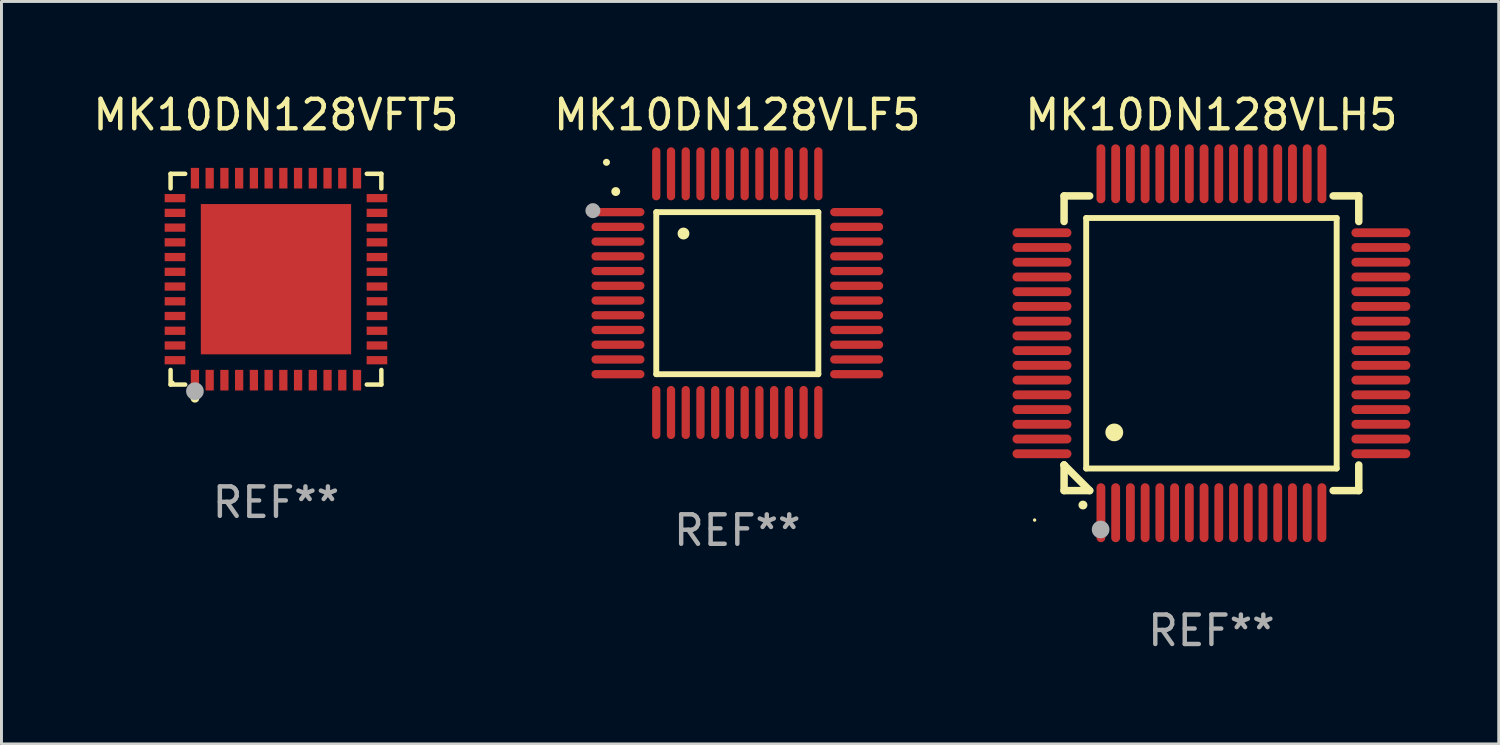
<source format=kicad_pcb>
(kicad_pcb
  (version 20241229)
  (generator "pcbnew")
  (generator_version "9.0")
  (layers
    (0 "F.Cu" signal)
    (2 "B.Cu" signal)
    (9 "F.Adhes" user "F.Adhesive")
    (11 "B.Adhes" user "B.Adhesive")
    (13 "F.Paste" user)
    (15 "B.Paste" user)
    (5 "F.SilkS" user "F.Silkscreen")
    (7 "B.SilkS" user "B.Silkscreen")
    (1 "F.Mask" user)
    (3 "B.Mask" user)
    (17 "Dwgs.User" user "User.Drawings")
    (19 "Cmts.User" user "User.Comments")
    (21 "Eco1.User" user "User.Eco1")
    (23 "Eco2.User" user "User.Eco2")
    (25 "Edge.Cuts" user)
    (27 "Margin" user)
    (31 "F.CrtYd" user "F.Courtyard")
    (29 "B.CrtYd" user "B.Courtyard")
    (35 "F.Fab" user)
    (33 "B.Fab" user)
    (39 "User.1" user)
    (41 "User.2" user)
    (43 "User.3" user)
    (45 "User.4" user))
  (footprint "MK10DN128VFT5"
    (layer "F.Cu")
    (at 6.315 6.424)
    (property "Reference" "MK10DN128VFT5" (at 0 -5.576 0) (layer "F.SilkS") (effects (font (size 1 1) (thickness 0.15))))
    (attr through_hole)
    (fp_line (start -3.576 -3.576) (end -3.081 -3.576) (stroke (width 0.152) (type solid)) (layer "F.SilkS"))
    (fp_line (start -3.576 -3.081) (end -3.576 -3.576) (stroke (width 0.152) (type solid)) (layer "F.SilkS"))
    (fp_line (start -3.576 3.081) (end -3.576 3.576) (stroke (width 0.152) (type solid)) (layer "F.SilkS"))
    (fp_line (start -3.576 3.576) (end -3.081 3.576) (stroke (width 0.152) (type solid)) (layer "F.SilkS"))
    (fp_line (start 3.576 -3.576) (end 3.081 -3.576) (stroke (width 0.152) (type solid)) (layer "F.SilkS"))
    (fp_line (start 3.576 -3.081) (end 3.576 -3.576) (stroke (width 0.152) (type solid)) (layer "F.SilkS"))
    (fp_line (start 3.576 3.081) (end 3.576 3.576) (stroke (width 0.152) (type solid)) (layer "F.SilkS"))
    (fp_line (start 3.576 3.576) (end 3.081 3.576) (stroke (width 0.152) (type solid)) (layer "F.SilkS"))
    (fp_circle (center -3.5 3.5) (end -3.47 3.5) (stroke (width 0.06) (type solid)) (fill no) (layer "F.SilkS"))
    (fp_circle (center -2.75 4.04) (end -2.675 4.04) (stroke (width 0.15) (type solid)) (fill no) (layer "F.SilkS"))
    (fp_circle (center -2.75 3.8) (end -2.6 3.8) (stroke (width 0.3) (type solid)) (fill no) (layer "F.Fab"))
    (fp_text user "REF**" (at 0 7.576 0) (layer "F.Fab") (effects (font (size 1 1) (thickness 0.15))))
    (pad "1" smd rect (at -2.75 3.427) (size 0.28 0.7) (layers "F.Cu" "F.Mask" "F.Paste"))
    (pad "2" smd rect (at -2.25 3.427) (size 0.28 0.7) (layers "F.Cu" "F.Mask" "F.Paste"))
    (pad "3" smd rect (at -1.75 3.427) (size 0.28 0.7) (layers "F.Cu" "F.Mask" "F.Paste"))
    (pad "4" smd rect (at -1.25 3.427) (size 0.28 0.7) (layers "F.Cu" "F.Mask" "F.Paste"))
    (pad "5" smd rect (at -0.75 3.427) (size 0.28 0.7) (layers "F.Cu" "F.Mask" "F.Paste"))
    (pad "6" smd rect (at -0.25 3.427) (size 0.28 0.7) (layers "F.Cu" "F.Mask" "F.Paste"))
    (pad "7" smd rect (at 0.25 3.427) (size 0.28 0.7) (layers "F.Cu" "F.Mask" "F.Paste"))
    (pad "8" smd rect (at 0.75 3.427) (size 0.28 0.7) (layers "F.Cu" "F.Mask" "F.Paste"))
    (pad "9" smd rect (at 1.25 3.427) (size 0.28 0.7) (layers "F.Cu" "F.Mask" "F.Paste"))
    (pad "10" smd rect (at 1.75 3.427) (size 0.28 0.7) (layers "F.Cu" "F.Mask" "F.Paste"))
    (pad "11" smd rect (at 2.25 3.427) (size 0.28 0.7) (layers "F.Cu" "F.Mask" "F.Paste"))
    (pad "12" smd rect (at 2.75 3.427) (size 0.28 0.7) (layers "F.Cu" "F.Mask" "F.Paste"))
    (pad "13" smd rect (at 3.427 2.75) (size 0.7 0.28) (layers "F.Cu" "F.Mask" "F.Paste"))
    (pad "14" smd rect (at 3.427 2.25) (size 0.7 0.28) (layers "F.Cu" "F.Mask" "F.Paste"))
    (pad "15" smd rect (at 3.427 1.75) (size 0.7 0.28) (layers "F.Cu" "F.Mask" "F.Paste"))
    (pad "16" smd rect (at 3.427 1.25) (size 0.7 0.28) (layers "F.Cu" "F.Mask" "F.Paste"))
    (pad "17" smd rect (at 3.427 0.75) (size 0.7 0.28) (layers "F.Cu" "F.Mask" "F.Paste"))
    (pad "18" smd rect (at 3.427 0.25) (size 0.7 0.28) (layers "F.Cu" "F.Mask" "F.Paste"))
    (pad "19" smd rect (at 3.427 -0.25) (size 0.7 0.28) (layers "F.Cu" "F.Mask" "F.Paste"))
    (pad "20" smd rect (at 3.427 -0.75) (size 0.7 0.28) (layers "F.Cu" "F.Mask" "F.Paste"))
    (pad "21" smd rect (at 3.427 -1.25) (size 0.7 0.28) (layers "F.Cu" "F.Mask" "F.Paste"))
    (pad "22" smd rect (at 3.427 -1.75) (size 0.7 0.28) (layers "F.Cu" "F.Mask" "F.Paste"))
    (pad "23" smd rect (at 3.427 -2.25) (size 0.7 0.28) (layers "F.Cu" "F.Mask" "F.Paste"))
    (pad "24" smd rect (at 3.427 -2.75) (size 0.7 0.28) (layers "F.Cu" "F.Mask" "F.Paste"))
    (pad "25" smd rect (at 2.75 -3.427) (size 0.28 0.7) (layers "F.Cu" "F.Mask" "F.Paste"))
    (pad "26" smd rect (at 2.25 -3.427) (size 0.28 0.7) (layers "F.Cu" "F.Mask" "F.Paste"))
    (pad "27" smd rect (at 1.75 -3.427) (size 0.28 0.7) (layers "F.Cu" "F.Mask" "F.Paste"))
    (pad "28" smd rect (at 1.25 -3.427) (size 0.28 0.7) (layers "F.Cu" "F.Mask" "F.Paste"))
    (pad "29" smd rect (at 0.75 -3.427) (size 0.28 0.7) (layers "F.Cu" "F.Mask" "F.Paste"))
    (pad "30" smd rect (at 0.25 -3.427) (size 0.28 0.7) (layers "F.Cu" "F.Mask" "F.Paste"))
    (pad "31" smd rect (at -0.25 -3.427) (size 0.28 0.7) (layers "F.Cu" "F.Mask" "F.Paste"))
    (pad "32" smd rect (at -0.75 -3.427) (size 0.28 0.7) (layers "F.Cu" "F.Mask" "F.Paste"))
    (pad "33" smd rect (at -1.25 -3.427) (size 0.28 0.7) (layers "F.Cu" "F.Mask" "F.Paste"))
    (pad "34" smd rect (at -1.75 -3.427) (size 0.28 0.7) (layers "F.Cu" "F.Mask" "F.Paste"))
    (pad "35" smd rect (at -2.25 -3.427) (size 0.28 0.7) (layers "F.Cu" "F.Mask" "F.Paste"))
    (pad "36" smd rect (at -2.75 -3.427) (size 0.28 0.7) (layers "F.Cu" "F.Mask" "F.Paste"))
    (pad "37" smd rect (at -3.427 -2.75) (size 0.7 0.28) (layers "F.Cu" "F.Mask" "F.Paste"))
    (pad "38" smd rect (at -3.427 -2.25) (size 0.7 0.28) (layers "F.Cu" "F.Mask" "F.Paste"))
    (pad "39" smd rect (at -3.427 -1.75) (size 0.7 0.28) (layers "F.Cu" "F.Mask" "F.Paste"))
    (pad "40" smd rect (at -3.427 -1.25) (size 0.7 0.28) (layers "F.Cu" "F.Mask" "F.Paste"))
    (pad "41" smd rect (at -3.427 -0.75) (size 0.7 0.28) (layers "F.Cu" "F.Mask" "F.Paste"))
    (pad "42" smd rect (at -3.427 -0.25) (size 0.7 0.28) (layers "F.Cu" "F.Mask" "F.Paste"))
    (pad "43" smd rect (at -3.427 0.25) (size 0.7 0.28) (layers "F.Cu" "F.Mask" "F.Paste"))
    (pad "44" smd rect (at -3.427 0.75) (size 0.7 0.28) (layers "F.Cu" "F.Mask" "F.Paste"))
    (pad "45" smd rect (at -3.427 1.25) (size 0.7 0.28) (layers "F.Cu" "F.Mask" "F.Paste"))
    (pad "46" smd rect (at -3.427 1.75) (size 0.7 0.28) (layers "F.Cu" "F.Mask" "F.Paste"))
    (pad "47" smd rect (at -3.427 2.25) (size 0.7 0.28) (layers "F.Cu" "F.Mask" "F.Paste"))
    (pad "48" smd rect (at -3.427 2.75) (size 0.7 0.28) (layers "F.Cu" "F.Mask" "F.Paste"))
    (pad "49" smd rect (at 0 0) (size 5.1 5.1) (layers "F.Cu" "F.Mask" "F.Paste")))
  (footprint "MK10DN128VLH5"
    (layer "F.Cu")
    (at 38.059 8.598)
    (property "Reference" "MK10DN128VLH5" (at 0 -7.75 0) (layer "F.SilkS") (effects (font (size 1 1) (thickness 0.15))))
    (attr through_hole)
    (fp_line (start -5 -5) (end -4.131 -5) (stroke (width 0.254) (type solid)) (layer "F.SilkS"))
    (fp_line (start -5 -4.131) (end -5 -5) (stroke (width 0.254) (type solid)) (layer "F.SilkS"))
    (fp_line (start -5 4.131) (end -5 4.131) (stroke (width 0.254) (type solid)) (layer "F.SilkS"))
    (fp_line (start -5 5) (end -5 4.131) (stroke (width 0.254) (type solid)) (layer "F.SilkS"))
    (fp_line (start -5 4.131) (end -4.131 5) (stroke (width 0.254) (type solid)) (layer "F.SilkS"))
    (fp_line (start -4.25 -4.25) (end -4.25 4.25) (stroke (width 0.2) (type solid)) (layer "F.SilkS"))
    (fp_line (start -4.25 4.25) (end 4.25 4.25) (stroke (width 0.2) (type solid)) (layer "F.SilkS"))
    (fp_line (start -4.131 5) (end -5 5) (stroke (width 0.254) (type solid)) (layer "F.SilkS"))
    (fp_line (start 4.25 -4.25) (end -4.25 -4.25) (stroke (width 0.2) (type solid)) (layer "F.SilkS"))
    (fp_line (start 4.25 4.25) (end 4.25 -4.25) (stroke (width 0.2) (type solid)) (layer "F.SilkS"))
    (fp_line (start 5 -5) (end 4.131 -5) (stroke (width 0.254) (type solid)) (layer "F.SilkS"))
    (fp_line (start 5 -5) (end 5 -4.131) (stroke (width 0.254) (type solid)) (layer "F.SilkS"))
    (fp_line (start 5 4.131) (end 5 5) (stroke (width 0.254) (type solid)) (layer "F.SilkS"))
    (fp_line (start 5 5) (end 4.131 5) (stroke (width 0.254) (type solid)) (layer "F.SilkS"))
    (fp_arc (start -4.361265 5.489992) (mid -4.359995 5.489987) (end -4.358725 5.489992) (stroke (width 0.3) (type solid)) (layer "F.SilkS"))
    (fp_arc (start -3.299467 3.025146) (mid -3.296927 3.025135) (end -3.294387 3.025146) (stroke (width 0.6) (type solid)) (layer "F.SilkS"))
    (fp_circle (center -6 6) (end -5.97 6) (stroke (width 0.06) (type solid)) (fill no) (layer "F.SilkS"))
    (fp_circle (center -3.76 6.32) (end -3.61 6.32) (stroke (width 0.3) (type solid)) (fill no) (layer "F.Fab"))
    (fp_text user "REF**" (at 0 9.75 0) (layer "F.Fab") (effects (font (size 1 1) (thickness 0.15))))
    (pad "1" smd oval (at -3.75 5.75) (size 0.3 2) (layers "F.Cu" "F.Mask" "F.Paste"))
    (pad "2" smd oval (at -3.25 5.75) (size 0.3 2) (layers "F.Cu" "F.Mask" "F.Paste"))
    (pad "3" smd oval (at -2.75 5.75) (size 0.3 2) (layers "F.Cu" "F.Mask" "F.Paste"))
    (pad "4" smd oval (at -2.25 5.75) (size 0.3 2) (layers "F.Cu" "F.Mask" "F.Paste"))
    (pad "5" smd oval (at -1.75 5.75) (size 0.3 2) (layers "F.Cu" "F.Mask" "F.Paste"))
    (pad "6" smd oval (at -1.25 5.75) (size 0.3 2) (layers "F.Cu" "F.Mask" "F.Paste"))
    (pad "7" smd oval (at -0.75 5.75) (size 0.3 2) (layers "F.Cu" "F.Mask" "F.Paste"))
    (pad "8" smd oval (at -0.25 5.75) (size 0.3 2) (layers "F.Cu" "F.Mask" "F.Paste"))
    (pad "9" smd oval (at 0.25 5.75) (size 0.3 2) (layers "F.Cu" "F.Mask" "F.Paste"))
    (pad "10" smd oval (at 0.75 5.75) (size 0.3 2) (layers "F.Cu" "F.Mask" "F.Paste"))
    (pad "11" smd oval (at 1.25 5.75) (size 0.3 2) (layers "F.Cu" "F.Mask" "F.Paste"))
    (pad "12" smd oval (at 1.75 5.75) (size 0.3 2) (layers "F.Cu" "F.Mask" "F.Paste"))
    (pad "13" smd oval (at 2.25 5.75) (size 0.3 2) (layers "F.Cu" "F.Mask" "F.Paste"))
    (pad "14" smd oval (at 2.75 5.75) (size 0.3 2) (layers "F.Cu" "F.Mask" "F.Paste"))
    (pad "15" smd oval (at 3.25 5.75) (size 0.3 2) (layers "F.Cu" "F.Mask" "F.Paste"))
    (pad "16" smd oval (at 3.75 5.75) (size 0.3 2) (layers "F.Cu" "F.Mask" "F.Paste"))
    (pad "17" smd oval (at 5.75 3.75) (size 2 0.3) (layers "F.Cu" "F.Mask" "F.Paste"))
    (pad "18" smd oval (at 5.75 3.25) (size 2 0.3) (layers "F.Cu" "F.Mask" "F.Paste"))
    (pad "19" smd oval (at 5.75 2.75) (size 2 0.3) (layers "F.Cu" "F.Mask" "F.Paste"))
    (pad "20" smd oval (at 5.75 2.25) (size 2 0.3) (layers "F.Cu" "F.Mask" "F.Paste"))
    (pad "21" smd oval (at 5.75 1.75) (size 2 0.3) (layers "F.Cu" "F.Mask" "F.Paste"))
    (pad "22" smd oval (at 5.75 1.25) (size 2 0.3) (layers "F.Cu" "F.Mask" "F.Paste"))
    (pad "23" smd oval (at 5.75 0.75) (size 2 0.3) (layers "F.Cu" "F.Mask" "F.Paste"))
    (pad "24" smd oval (at 5.75 0.25) (size 2 0.3) (layers "F.Cu" "F.Mask" "F.Paste"))
    (pad "25" smd oval (at 5.75 -0.25) (size 2 0.3) (layers "F.Cu" "F.Mask" "F.Paste"))
    (pad "26" smd oval (at 5.75 -0.75) (size 2 0.3) (layers "F.Cu" "F.Mask" "F.Paste"))
    (pad "27" smd oval (at 5.75 -1.25) (size 2 0.3) (layers "F.Cu" "F.Mask" "F.Paste"))
    (pad "28" smd oval (at 5.75 -1.75) (size 2 0.3) (layers "F.Cu" "F.Mask" "F.Paste"))
    (pad "29" smd oval (at 5.75 -2.25) (size 2 0.3) (layers "F.Cu" "F.Mask" "F.Paste"))
    (pad "30" smd oval (at 5.75 -2.75) (size 2 0.3) (layers "F.Cu" "F.Mask" "F.Paste"))
    (pad "31" smd oval (at 5.75 -3.25) (size 2 0.3) (layers "F.Cu" "F.Mask" "F.Paste"))
    (pad "32" smd oval (at 5.75 -3.75) (size 2 0.3) (layers "F.Cu" "F.Mask" "F.Paste"))
    (pad "33" smd oval (at 3.75 -5.75) (size 0.3 2) (layers "F.Cu" "F.Mask" "F.Paste"))
    (pad "34" smd oval (at 3.25 -5.75) (size 0.3 2) (layers "F.Cu" "F.Mask" "F.Paste"))
    (pad "35" smd oval (at 2.75 -5.75) (size 0.3 2) (layers "F.Cu" "F.Mask" "F.Paste"))
    (pad "36" smd oval (at 2.25 -5.75) (size 0.3 2) (layers "F.Cu" "F.Mask" "F.Paste"))
    (pad "37" smd oval (at 1.75 -5.75) (size 0.3 2) (layers "F.Cu" "F.Mask" "F.Paste"))
    (pad "38" smd oval (at 1.25 -5.75) (size 0.3 2) (layers "F.Cu" "F.Mask" "F.Paste"))
    (pad "39" smd oval (at 0.75 -5.75) (size 0.3 2) (layers "F.Cu" "F.Mask" "F.Paste"))
    (pad "40" smd oval (at 0.25 -5.75) (size 0.3 2) (layers "F.Cu" "F.Mask" "F.Paste"))
    (pad "41" smd oval (at -0.25 -5.75) (size 0.3 2) (layers "F.Cu" "F.Mask" "F.Paste"))
    (pad "42" smd oval (at -0.75 -5.75) (size 0.3 2) (layers "F.Cu" "F.Mask" "F.Paste"))
    (pad "43" smd oval (at -1.25 -5.75) (size 0.3 2) (layers "F.Cu" "F.Mask" "F.Paste"))
    (pad "44" smd oval (at -1.75 -5.75) (size 0.3 2) (layers "F.Cu" "F.Mask" "F.Paste"))
    (pad "45" smd oval (at -2.25 -5.75) (size 0.3 2) (layers "F.Cu" "F.Mask" "F.Paste"))
    (pad "46" smd oval (at -2.75 -5.75) (size 0.3 2) (layers "F.Cu" "F.Mask" "F.Paste"))
    (pad "47" smd oval (at -3.25 -5.75) (size 0.3 2) (layers "F.Cu" "F.Mask" "F.Paste"))
    (pad "48" smd oval (at -3.75 -5.75) (size 0.3 2) (layers "F.Cu" "F.Mask" "F.Paste"))
    (pad "49" smd oval (at -5.75 -3.75) (size 2 0.3) (layers "F.Cu" "F.Mask" "F.Paste"))
    (pad "50" smd oval (at -5.75 -3.25) (size 2 0.3) (layers "F.Cu" "F.Mask" "F.Paste"))
    (pad "51" smd oval (at -5.75 -2.75) (size 2 0.3) (layers "F.Cu" "F.Mask" "F.Paste"))
    (pad "52" smd oval (at -5.75 -2.25) (size 2 0.3) (layers "F.Cu" "F.Mask" "F.Paste"))
    (pad "53" smd oval (at -5.75 -1.75) (size 2 0.3) (layers "F.Cu" "F.Mask" "F.Paste"))
    (pad "54" smd oval (at -5.75 -1.25) (size 2 0.3) (layers "F.Cu" "F.Mask" "F.Paste"))
    (pad "55" smd oval (at -5.75 -0.75) (size 2 0.3) (layers "F.Cu" "F.Mask" "F.Paste"))
    (pad "56" smd oval (at -5.75 -0.25) (size 2 0.3) (layers "F.Cu" "F.Mask" "F.Paste"))
    (pad "57" smd oval (at -5.75 0.25) (size 2 0.3) (layers "F.Cu" "F.Mask" "F.Paste"))
    (pad "58" smd oval (at -5.75 0.75) (size 2 0.3) (layers "F.Cu" "F.Mask" "F.Paste"))
    (pad "59" smd oval (at -5.75 1.25) (size 2 0.3) (layers "F.Cu" "F.Mask" "F.Paste"))
    (pad "60" smd oval (at -5.75 1.75) (size 2 0.3) (layers "F.Cu" "F.Mask" "F.Paste"))
    (pad "61" smd oval (at -5.75 2.25) (size 2 0.3) (layers "F.Cu" "F.Mask" "F.Paste"))
    (pad "62" smd oval (at -5.75 2.75) (size 2 0.3) (layers "F.Cu" "F.Mask" "F.Paste"))
    (pad "63" smd oval (at -5.75 3.25) (size 2 0.3) (layers "F.Cu" "F.Mask" "F.Paste"))
    (pad "64" smd oval (at -5.75 3.75) (size 2 0.3) (layers "F.Cu" "F.Mask" "F.Paste")))
  (footprint "MK10DN128VLF5"
    (layer "F.Cu")
    (at 21.97 6.898)
    (property "Reference" "MK10DN128VLF5" (at 0 -6.05 0) (layer "F.SilkS") (effects (font (size 1 1) (thickness 0.15))))
    (attr through_hole)
    (fp_line (start -2.75 -2.75) (end 2.75 -2.75) (stroke (width 0.2) (type solid)) (layer "F.SilkS"))
    (fp_line (start -2.75 2.75) (end -2.75 -2.75) (stroke (width 0.2) (type solid)) (layer "F.SilkS"))
    (fp_line (start 2.75 -2.75) (end 2.75 2.75) (stroke (width 0.2) (type solid)) (layer "F.SilkS"))
    (fp_line (start 2.75 2.75) (end -2.75 2.75) (stroke (width 0.2) (type solid)) (layer "F.SilkS"))
    (fp_arc (start -4.124968 -3.446787) (mid -4.124973 -3.448057) (end -4.124968 -3.449327) (stroke (width 0.3) (type solid)) (layer "F.SilkS"))
    (fp_arc (start -1.826264 -2.021844) (mid -1.826268 -2.023114) (end -1.826264 -2.024384) (stroke (width 0.4) (type solid)) (layer "F.SilkS"))
    (fp_circle (center -4.44 -4.44) (end -4.38 -4.44) (stroke (width 0.12) (type solid)) (fill no) (layer "F.SilkS"))
    (fp_circle (center -4.9 -2.8) (end -4.773 -2.8) (stroke (width 0.254) (type solid)) (fill no) (layer "F.Fab"))
    (fp_text user "REF**" (at 0 8.05 0) (layer "F.Fab") (effects (font (size 1 1) (thickness 0.15))))
    (pad "1" smd oval (at -4.05 -2.75 90) (size 0.28 1.8) (layers "F.Cu" "F.Mask" "F.Paste"))
    (pad "2" smd oval (at -4.05 -2.25 90) (size 0.28 1.8) (layers "F.Cu" "F.Mask" "F.Paste"))
    (pad "3" smd oval (at -4.05 -1.75 90) (size 0.28 1.8) (layers "F.Cu" "F.Mask" "F.Paste"))
    (pad "4" smd oval (at -4.05 -1.25 90) (size 0.28 1.8) (layers "F.Cu" "F.Mask" "F.Paste"))
    (pad "5" smd oval (at -4.05 -0.75 90) (size 0.28 1.8) (layers "F.Cu" "F.Mask" "F.Paste"))
    (pad "6" smd oval (at -4.05 -0.25 90) (size 0.28 1.8) (layers "F.Cu" "F.Mask" "F.Paste"))
    (pad "7" smd oval (at -4.05 0.25 90) (size 0.28 1.8) (layers "F.Cu" "F.Mask" "F.Paste"))
    (pad "8" smd oval (at -4.05 0.75 90) (size 0.28 1.8) (layers "F.Cu" "F.Mask" "F.Paste"))
    (pad "9" smd oval (at -4.05 1.25 90) (size 0.28 1.8) (layers "F.Cu" "F.Mask" "F.Paste"))
    (pad "10" smd oval (at -4.05 1.75 90) (size 0.28 1.8) (layers "F.Cu" "F.Mask" "F.Paste"))
    (pad "11" smd oval (at -4.05 2.25 90) (size 0.28 1.8) (layers "F.Cu" "F.Mask" "F.Paste"))
    (pad "12" smd oval (at -4.05 2.75 90) (size 0.28 1.8) (layers "F.Cu" "F.Mask" "F.Paste"))
    (pad "13" smd oval (at -2.75 4.05) (size 0.28 1.8) (layers "F.Cu" "F.Mask" "F.Paste"))
    (pad "14" smd oval (at -2.25 4.05) (size 0.28 1.8) (layers "F.Cu" "F.Mask" "F.Paste"))
    (pad "15" smd oval (at -1.75 4.05) (size 0.28 1.8) (layers "F.Cu" "F.Mask" "F.Paste"))
    (pad "16" smd oval (at -1.25 4.05) (size 0.28 1.8) (layers "F.Cu" "F.Mask" "F.Paste"))
    (pad "17" smd oval (at -0.75 4.05) (size 0.28 1.8) (layers "F.Cu" "F.Mask" "F.Paste"))
    (pad "18" smd oval (at -0.25 4.05) (size 0.28 1.8) (layers "F.Cu" "F.Mask" "F.Paste"))
    (pad "19" smd oval (at 0.25 4.05) (size 0.28 1.8) (layers "F.Cu" "F.Mask" "F.Paste"))
    (pad "20" smd oval (at 0.75 4.05) (size 0.28 1.8) (layers "F.Cu" "F.Mask" "F.Paste"))
    (pad "21" smd oval (at 1.25 4.05) (size 0.28 1.8) (layers "F.Cu" "F.Mask" "F.Paste"))
    (pad "22" smd oval (at 1.75 4.05) (size 0.28 1.8) (layers "F.Cu" "F.Mask" "F.Paste"))
    (pad "23" smd oval (at 2.25 4.05) (size 0.28 1.8) (layers "F.Cu" "F.Mask" "F.Paste"))
    (pad "24" smd oval (at 2.75 4.05) (size 0.28 1.8) (layers "F.Cu" "F.Mask" "F.Paste"))
    (pad "25" smd oval (at 4.05 2.75 90) (size 0.28 1.8) (layers "F.Cu" "F.Mask" "F.Paste"))
    (pad "26" smd oval (at 4.05 2.25 90) (size 0.28 1.8) (layers "F.Cu" "F.Mask" "F.Paste"))
    (pad "27" smd oval (at 4.05 1.75 90) (size 0.28 1.8) (layers "F.Cu" "F.Mask" "F.Paste"))
    (pad "28" smd oval (at 4.05 1.25 90) (size 0.28 1.8) (layers "F.Cu" "F.Mask" "F.Paste"))
    (pad "29" smd oval (at 4.05 0.75 90) (size 0.28 1.8) (layers "F.Cu" "F.Mask" "F.Paste"))
    (pad "30" smd oval (at 4.05 0.25 90) (size 0.28 1.8) (layers "F.Cu" "F.Mask" "F.Paste"))
    (pad "31" smd oval (at 4.05 -0.25 90) (size 0.28 1.8) (layers "F.Cu" "F.Mask" "F.Paste"))
    (pad "32" smd oval (at 4.05 -0.75 90) (size 0.28 1.8) (layers "F.Cu" "F.Mask" "F.Paste"))
    (pad "33" smd oval (at 4.05 -1.25 90) (size 0.28 1.8) (layers "F.Cu" "F.Mask" "F.Paste"))
    (pad "34" smd oval (at 4.05 -1.75 90) (size 0.28 1.8) (layers "F.Cu" "F.Mask" "F.Paste"))
    (pad "35" smd oval (at 4.05 -2.25 90) (size 0.28 1.8) (layers "F.Cu" "F.Mask" "F.Paste"))
    (pad "36" smd oval (at 4.05 -2.75 90) (size 0.28 1.8) (layers "F.Cu" "F.Mask" "F.Paste"))
    (pad "37" smd oval (at 2.75 -4.05) (size 0.28 1.8) (layers "F.Cu" "F.Mask" "F.Paste"))
    (pad "38" smd oval (at 2.25 -4.05) (size 0.28 1.8) (layers "F.Cu" "F.Mask" "F.Paste"))
    (pad "39" smd oval (at 1.75 -4.05) (size 0.28 1.8) (layers "F.Cu" "F.Mask" "F.Paste"))
    (pad "40" smd oval (at 1.25 -4.05) (size 0.28 1.8) (layers "F.Cu" "F.Mask" "F.Paste"))
    (pad "41" smd oval (at 0.75 -4.05) (size 0.28 1.8) (layers "F.Cu" "F.Mask" "F.Paste"))
    (pad "42" smd oval (at 0.25 -4.05) (size 0.28 1.8) (layers "F.Cu" "F.Mask" "F.Paste"))
    (pad "43" smd oval (at -0.25 -4.05) (size 0.28 1.8) (layers "F.Cu" "F.Mask" "F.Paste"))
    (pad "44" smd oval (at -0.75 -4.05) (size 0.28 1.8) (layers "F.Cu" "F.Mask" "F.Paste"))
    (pad "45" smd oval (at -1.25 -4.05) (size 0.28 1.8) (layers "F.Cu" "F.Mask" "F.Paste"))
    (pad "46" smd oval (at -1.75 -4.05) (size 0.28 1.8) (layers "F.Cu" "F.Mask" "F.Paste"))
    (pad "47" smd oval (at -2.25 -4.05) (size 0.28 1.8) (layers "F.Cu" "F.Mask" "F.Paste"))
    (pad "48" smd oval (at -2.75 -4.05) (size 0.28 1.8) (layers "F.Cu" "F.Mask" "F.Paste")))
  (gr_rect
    (start -3 -3)
    (end 47.809 22.196)
    (stroke (width 0.1) (type default))
    (fill no)
    (layer "Edge.Cuts")))
</source>
